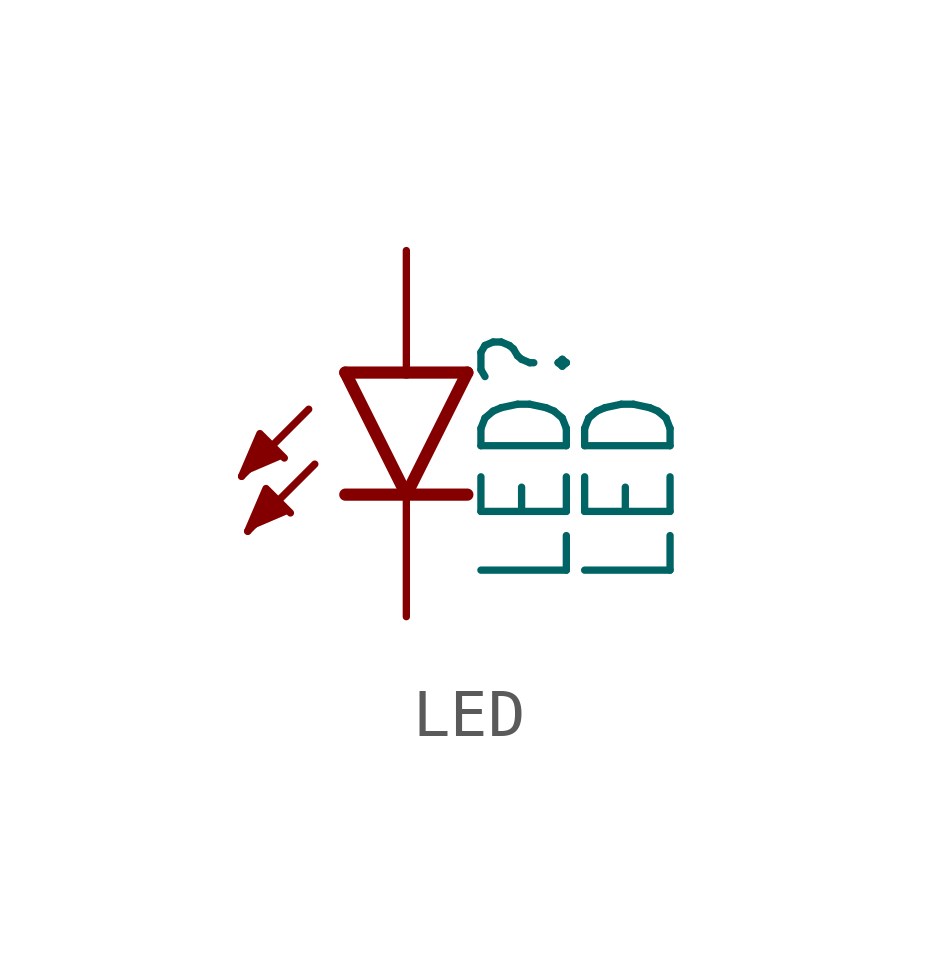
<source format=kicad_sym>
(kicad_symbol_lib
  (version 20211014)
  (generator kicad_symbol_editor)
  (symbol "LED"
    (property "Reference" "LED"
      (at 3.556 -4.572 90)
      (effects (font (size 1.778 1.511)) (justify left bottom)))
    (property "Value" "LED"
      (at 5.715 -4.572 90)
      (effects (font (size 1.778 1.511)) (justify left bottom)))
    (property "ki_locked" ""
      (at 0 0 0)
      (effects (font (size 1.27 1.27))))
    (symbol "LED_1_0"
      (polyline (pts (xy -2.032 -0.762) (xy -3.429 -2.159)) (stroke (width 0.152) (type default) (color 0 0 0 0)) (fill (type none)))
      (polyline (pts (xy -1.905 -1.905) (xy -3.302 -3.302)) (stroke (width 0.152) (type default) (color 0 0 0 0)) (fill (type none)))
      (polyline (pts (xy 0 -2.54) (xy -1.27 -2.54)) (stroke (width 0.254) (type default) (color 0 0 0 0)) (fill (type none)))
      (polyline (pts (xy 0 -2.54) (xy -1.27 0)) (stroke (width 0.254) (type default) (color 0 0 0 0)) (fill (type none)))
      (polyline (pts (xy 0 0) (xy -1.27 0)) (stroke (width 0.254) (type default) (color 0 0 0 0)) (fill (type none)))
      (polyline (pts (xy 1.27 -2.54) (xy 0 -2.54)) (stroke (width 0.254) (type default) (color 0 0 0 0)) (fill (type none)))
      (polyline (pts (xy 1.27 0) (xy 0 -2.54)) (stroke (width 0.254) (type default) (color 0 0 0 0)) (fill (type none)))
      (polyline (pts (xy 1.27 0) (xy 0 0)) (stroke (width 0.254) (type default) (color 0 0 0 0)) (fill (type none)))
      (polyline (pts (xy -3.429 -2.159) (xy -3.048 -1.27) (xy -2.54 -1.778)) (stroke (width 0) (type default) (color 0 0 0 0)) (fill (type outline)))
      (polyline (pts (xy -3.302 -3.302) (xy -2.921 -2.413) (xy -2.413 -2.921)) (stroke (width 0) (type default) (color 0 0 0 0)) (fill (type outline)))
      (pin passive line (at 0 2.54 270) (length 2.54) (name "A" (effects (font (size 0 0)))) (number "A@1" (effects (font (size 0 0)))))
      (pin passive line (at 0 -5.08 90) (length 2.54) (name "C" (effects (font (size 0 0)))) (number "C@1" (effects (font (size 0 0))))))))
</source>
